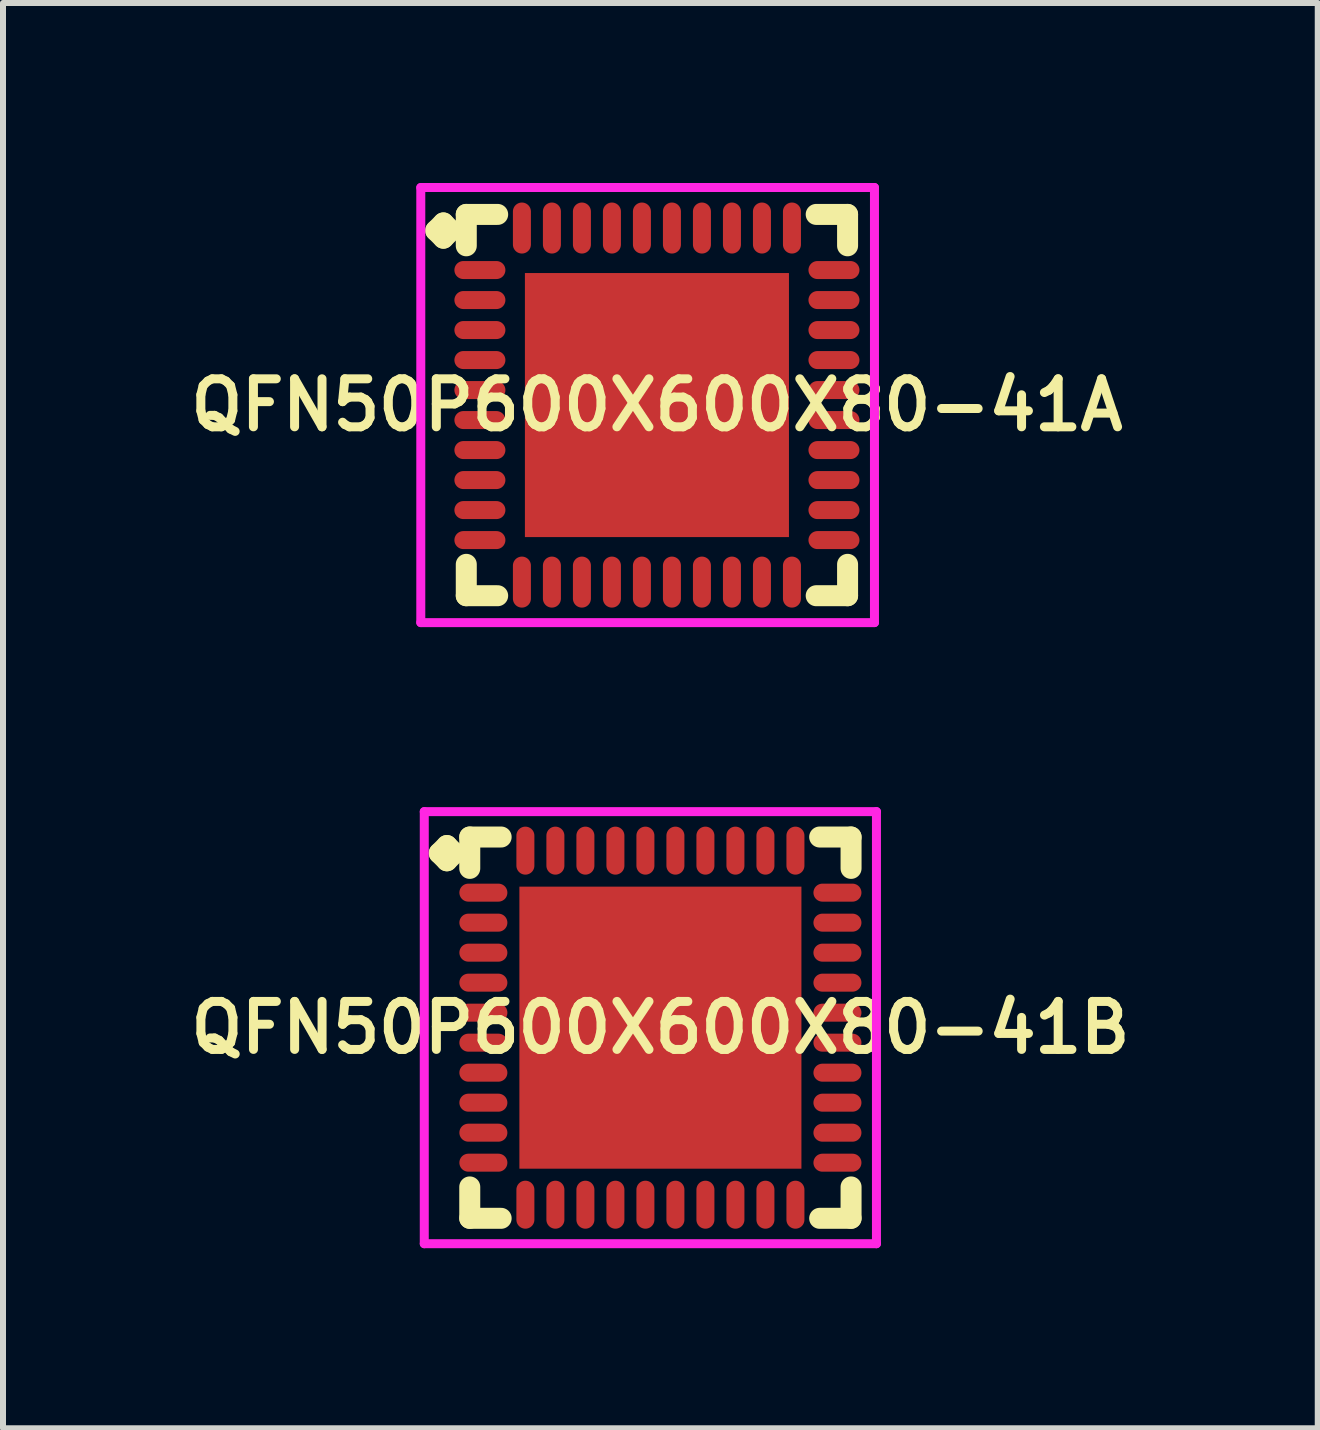
<source format=kicad_pcb>
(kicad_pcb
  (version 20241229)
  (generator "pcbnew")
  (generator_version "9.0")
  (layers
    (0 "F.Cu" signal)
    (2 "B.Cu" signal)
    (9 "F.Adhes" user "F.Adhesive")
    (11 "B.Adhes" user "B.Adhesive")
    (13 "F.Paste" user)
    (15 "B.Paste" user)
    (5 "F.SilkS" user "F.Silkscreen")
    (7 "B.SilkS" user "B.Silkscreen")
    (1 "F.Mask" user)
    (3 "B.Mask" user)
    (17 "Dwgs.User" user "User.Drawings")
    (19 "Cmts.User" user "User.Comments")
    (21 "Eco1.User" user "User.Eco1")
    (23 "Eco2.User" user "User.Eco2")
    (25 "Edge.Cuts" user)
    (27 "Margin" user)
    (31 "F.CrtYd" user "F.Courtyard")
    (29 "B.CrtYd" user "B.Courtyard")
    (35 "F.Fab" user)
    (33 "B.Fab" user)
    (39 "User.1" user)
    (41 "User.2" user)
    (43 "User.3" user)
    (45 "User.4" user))
  (footprint "QFN50P600X600X80-41B"
    (layer "F.Cu")
    (at 7.955 14.075)
    (property "Reference" "QFN50P600X600X80-41B" (at 0 0 0) (layer "F.SilkS") (effects (font (size 0.8 0.8) (thickness 0.15))))
    (attr through_hole)
    (fp_line (start -3.685 -2.908) (end -3.558 -3.035) (stroke (width 0.35) (type solid)) (layer "F.SilkS"))
    (fp_line (start -3.558 -3.035) (end -3.431 -2.908) (stroke (width 0.35) (type solid)) (layer "F.SilkS"))
    (fp_line (start -3.558 -2.781) (end -3.685 -2.908) (stroke (width 0.35) (type solid)) (layer "F.SilkS"))
    (fp_line (start -3.431 -2.908) (end -3.558 -2.781) (stroke (width 0.35) (type solid)) (layer "F.SilkS"))
    (fp_line (start -3.177 -3.177) (end -2.654 -3.177) (stroke (width 0.35) (type solid)) (layer "F.SilkS"))
    (fp_line (start -3.177 -2.654) (end -3.177 -3.177) (stroke (width 0.35) (type solid)) (layer "F.SilkS"))
    (fp_line (start -3.177 2.654) (end -3.177 3.177) (stroke (width 0.35) (type solid)) (layer "F.SilkS"))
    (fp_line (start -3.177 3.177) (end -2.654 3.177) (stroke (width 0.35) (type solid)) (layer "F.SilkS"))
    (fp_line (start 2.654 -3.177) (end 3.177 -3.177) (stroke (width 0.35) (type solid)) (layer "F.SilkS"))
    (fp_line (start 2.654 3.177) (end 3.177 3.177) (stroke (width 0.35) (type solid)) (layer "F.SilkS"))
    (fp_line (start 3.177 -3.177) (end 3.177 -2.654) (stroke (width 0.35) (type solid)) (layer "F.SilkS"))
    (fp_line (start 3.177 3.177) (end 3.177 2.654) (stroke (width 0.35) (type solid)) (layer "F.SilkS"))
    (fp_line (start -3.935 -3.6) (end 3.6 -3.6) (stroke (width 0.15) (type solid)) (layer "F.CrtYd"))
    (fp_line (start -3.935 3.6) (end -3.935 -3.6) (stroke (width 0.15) (type solid)) (layer "F.CrtYd"))
    (fp_line (start 3.6 -3.6) (end 3.6 3.6) (stroke (width 0.15) (type solid)) (layer "F.CrtYd"))
    (fp_line (start 3.6 3.6) (end -3.935 3.6) (stroke (width 0.15) (type solid)) (layer "F.CrtYd"))
    (pad "1" smd oval (at -2.95 -2.25) (size 0.8 0.3) (layers "F.Cu" "F.Mask" "F.Paste"))
    (pad "2" smd oval (at -2.95 -1.75) (size 0.8 0.3) (layers "F.Cu" "F.Mask" "F.Paste"))
    (pad "3" smd oval (at -2.95 -1.25) (size 0.8 0.3) (layers "F.Cu" "F.Mask" "F.Paste"))
    (pad "4" smd oval (at -2.95 -0.75) (size 0.8 0.3) (layers "F.Cu" "F.Mask" "F.Paste"))
    (pad "5" smd oval (at -2.95 -0.25) (size 0.8 0.3) (layers "F.Cu" "F.Mask" "F.Paste"))
    (pad "6" smd oval (at -2.95 0.25) (size 0.8 0.3) (layers "F.Cu" "F.Mask" "F.Paste"))
    (pad "7" smd oval (at -2.95 0.75) (size 0.8 0.3) (layers "F.Cu" "F.Mask" "F.Paste"))
    (pad "8" smd oval (at -2.95 1.25) (size 0.8 0.3) (layers "F.Cu" "F.Mask" "F.Paste"))
    (pad "9" smd oval (at -2.95 1.75) (size 0.8 0.3) (layers "F.Cu" "F.Mask" "F.Paste"))
    (pad "10" smd oval (at -2.95 2.25) (size 0.8 0.3) (layers "F.Cu" "F.Mask" "F.Paste"))
    (pad "11" smd oval (at -2.25 2.95) (size 0.3 0.8) (layers "F.Cu" "F.Mask" "F.Paste"))
    (pad "12" smd oval (at -1.75 2.95) (size 0.3 0.8) (layers "F.Cu" "F.Mask" "F.Paste"))
    (pad "13" smd oval (at -1.25 2.95) (size 0.3 0.8) (layers "F.Cu" "F.Mask" "F.Paste"))
    (pad "14" smd oval (at -0.75 2.95) (size 0.3 0.8) (layers "F.Cu" "F.Mask" "F.Paste"))
    (pad "15" smd oval (at -0.25 2.95) (size 0.3 0.8) (layers "F.Cu" "F.Mask" "F.Paste"))
    (pad "16" smd oval (at 0.25 2.95) (size 0.3 0.8) (layers "F.Cu" "F.Mask" "F.Paste"))
    (pad "17" smd oval (at 0.75 2.95) (size 0.3 0.8) (layers "F.Cu" "F.Mask" "F.Paste"))
    (pad "18" smd oval (at 1.25 2.95) (size 0.3 0.8) (layers "F.Cu" "F.Mask" "F.Paste"))
    (pad "19" smd oval (at 1.75 2.95) (size 0.3 0.8) (layers "F.Cu" "F.Mask" "F.Paste"))
    (pad "20" smd oval (at 2.25 2.95) (size 0.3 0.8) (layers "F.Cu" "F.Mask" "F.Paste"))
    (pad "21" smd oval (at 2.95 2.25) (size 0.8 0.3) (layers "F.Cu" "F.Mask" "F.Paste"))
    (pad "22" smd oval (at 2.95 1.75) (size 0.8 0.3) (layers "F.Cu" "F.Mask" "F.Paste"))
    (pad "23" smd oval (at 2.95 1.25) (size 0.8 0.3) (layers "F.Cu" "F.Mask" "F.Paste"))
    (pad "24" smd oval (at 2.95 0.75) (size 0.8 0.3) (layers "F.Cu" "F.Mask" "F.Paste"))
    (pad "25" smd oval (at 2.95 0.25) (size 0.8 0.3) (layers "F.Cu" "F.Mask" "F.Paste"))
    (pad "26" smd oval (at 2.95 -0.25) (size 0.8 0.3) (layers "F.Cu" "F.Mask" "F.Paste"))
    (pad "27" smd oval (at 2.95 -0.75) (size 0.8 0.3) (layers "F.Cu" "F.Mask" "F.Paste"))
    (pad "28" smd oval (at 2.95 -1.25) (size 0.8 0.3) (layers "F.Cu" "F.Mask" "F.Paste"))
    (pad "29" smd oval (at 2.95 -1.75) (size 0.8 0.3) (layers "F.Cu" "F.Mask" "F.Paste"))
    (pad "30" smd oval (at 2.95 -2.25) (size 0.8 0.3) (layers "F.Cu" "F.Mask" "F.Paste"))
    (pad "31" smd oval (at 2.25 -2.95) (size 0.3 0.8) (layers "F.Cu" "F.Mask" "F.Paste"))
    (pad "32" smd oval (at 1.75 -2.95) (size 0.3 0.8) (layers "F.Cu" "F.Mask" "F.Paste"))
    (pad "33" smd oval (at 1.25 -2.95) (size 0.3 0.8) (layers "F.Cu" "F.Mask" "F.Paste"))
    (pad "34" smd oval (at 0.75 -2.95) (size 0.3 0.8) (layers "F.Cu" "F.Mask" "F.Paste"))
    (pad "35" smd oval (at 0.25 -2.95) (size 0.3 0.8) (layers "F.Cu" "F.Mask" "F.Paste"))
    (pad "36" smd oval (at -0.25 -2.95) (size 0.3 0.8) (layers "F.Cu" "F.Mask" "F.Paste"))
    (pad "37" smd oval (at -0.75 -2.95) (size 0.3 0.8) (layers "F.Cu" "F.Mask" "F.Paste"))
    (pad "38" smd oval (at -1.25 -2.95) (size 0.3 0.8) (layers "F.Cu" "F.Mask" "F.Paste"))
    (pad "39" smd oval (at -1.75 -2.95) (size 0.3 0.8) (layers "F.Cu" "F.Mask" "F.Paste"))
    (pad "40" smd oval (at -2.25 -2.95) (size 0.3 0.8) (layers "F.Cu" "F.Mask" "F.Paste"))
    (pad "41" smd rect (at 0 0) (size 4.7 4.7) (layers "F.Cu" "F.Mask" "F.Paste")))
  (footprint "QFN50P600X600X80-41A"
    (layer "F.Cu")
    (at 7.897 3.7)
    (property "Reference" "QFN50P600X600X80-41A" (at 0 0 0) (layer "F.SilkS") (effects (font (size 0.8 0.8) (thickness 0.15))))
    (attr smd)
    (fp_line (start -3.685 -2.908) (end -3.558 -3.035) (stroke (width 0.35) (type solid)) (layer "F.SilkS"))
    (fp_line (start -3.558 -3.035) (end -3.431 -2.908) (stroke (width 0.35) (type solid)) (layer "F.SilkS"))
    (fp_line (start -3.558 -2.781) (end -3.685 -2.908) (stroke (width 0.35) (type solid)) (layer "F.SilkS"))
    (fp_line (start -3.431 -2.908) (end -3.558 -2.781) (stroke (width 0.35) (type solid)) (layer "F.SilkS"))
    (fp_line (start -3.177 -3.177) (end -2.654 -3.177) (stroke (width 0.35) (type solid)) (layer "F.SilkS"))
    (fp_line (start -3.177 -2.654) (end -3.177 -3.177) (stroke (width 0.35) (type solid)) (layer "F.SilkS"))
    (fp_line (start -3.177 2.654) (end -3.177 3.177) (stroke (width 0.35) (type solid)) (layer "F.SilkS"))
    (fp_line (start -3.177 3.177) (end -2.654 3.177) (stroke (width 0.35) (type solid)) (layer "F.SilkS"))
    (fp_line (start 2.654 -3.177) (end 3.177 -3.177) (stroke (width 0.35) (type solid)) (layer "F.SilkS"))
    (fp_line (start 2.654 3.177) (end 3.177 3.177) (stroke (width 0.35) (type solid)) (layer "F.SilkS"))
    (fp_line (start 3.177 -3.177) (end 3.177 -2.654) (stroke (width 0.35) (type solid)) (layer "F.SilkS"))
    (fp_line (start 3.177 3.177) (end 3.177 2.654) (stroke (width 0.35) (type solid)) (layer "F.SilkS"))
    (fp_line (start -3.935 -3.625) (end 3.625 -3.625) (stroke (width 0.15) (type solid)) (layer "F.CrtYd"))
    (fp_line (start -3.935 3.625) (end -3.935 -3.625) (stroke (width 0.15) (type solid)) (layer "F.CrtYd"))
    (fp_line (start 3.625 -3.625) (end 3.625 3.625) (stroke (width 0.15) (type solid)) (layer "F.CrtYd"))
    (fp_line (start 3.625 3.625) (end -3.935 3.625) (stroke (width 0.15) (type solid)) (layer "F.CrtYd"))
    (pad "1" smd oval (at -2.95 -2.25) (size 0.85 0.3) (layers "F.Cu" "F.Mask" "F.Paste"))
    (pad "2" smd oval (at -2.95 -1.75) (size 0.85 0.3) (layers "F.Cu" "F.Mask" "F.Paste"))
    (pad "3" smd oval (at -2.95 -1.25) (size 0.85 0.3) (layers "F.Cu" "F.Mask" "F.Paste"))
    (pad "4" smd oval (at -2.95 -0.75) (size 0.85 0.3) (layers "F.Cu" "F.Mask" "F.Paste"))
    (pad "5" smd oval (at -2.95 -0.25) (size 0.85 0.3) (layers "F.Cu" "F.Mask" "F.Paste"))
    (pad "6" smd oval (at -2.95 0.25) (size 0.85 0.3) (layers "F.Cu" "F.Mask" "F.Paste"))
    (pad "7" smd oval (at -2.95 0.75) (size 0.85 0.3) (layers "F.Cu" "F.Mask" "F.Paste"))
    (pad "8" smd oval (at -2.95 1.25) (size 0.85 0.3) (layers "F.Cu" "F.Mask" "F.Paste"))
    (pad "9" smd oval (at -2.95 1.75) (size 0.85 0.3) (layers "F.Cu" "F.Mask" "F.Paste"))
    (pad "10" smd oval (at -2.95 2.25) (size 0.85 0.3) (layers "F.Cu" "F.Mask" "F.Paste"))
    (pad "11" smd oval (at -2.25 2.95) (size 0.3 0.85) (layers "F.Cu" "F.Mask" "F.Paste"))
    (pad "12" smd oval (at -1.75 2.95) (size 0.3 0.85) (layers "F.Cu" "F.Mask" "F.Paste"))
    (pad "13" smd oval (at -1.25 2.95) (size 0.3 0.85) (layers "F.Cu" "F.Mask" "F.Paste"))
    (pad "14" smd oval (at -0.75 2.95) (size 0.3 0.85) (layers "F.Cu" "F.Mask" "F.Paste"))
    (pad "15" smd oval (at -0.25 2.95) (size 0.3 0.85) (layers "F.Cu" "F.Mask" "F.Paste"))
    (pad "16" smd oval (at 0.25 2.95) (size 0.3 0.85) (layers "F.Cu" "F.Mask" "F.Paste"))
    (pad "17" smd oval (at 0.75 2.95) (size 0.3 0.85) (layers "F.Cu" "F.Mask" "F.Paste"))
    (pad "18" smd oval (at 1.25 2.95) (size 0.3 0.85) (layers "F.Cu" "F.Mask" "F.Paste"))
    (pad "19" smd oval (at 1.75 2.95) (size 0.3 0.85) (layers "F.Cu" "F.Mask" "F.Paste"))
    (pad "20" smd oval (at 2.25 2.95) (size 0.3 0.85) (layers "F.Cu" "F.Mask" "F.Paste"))
    (pad "21" smd oval (at 2.95 2.25) (size 0.85 0.3) (layers "F.Cu" "F.Mask" "F.Paste"))
    (pad "22" smd oval (at 2.95 1.75) (size 0.85 0.3) (layers "F.Cu" "F.Mask" "F.Paste"))
    (pad "23" smd oval (at 2.95 1.25) (size 0.85 0.3) (layers "F.Cu" "F.Mask" "F.Paste"))
    (pad "24" smd oval (at 2.95 0.75) (size 0.85 0.3) (layers "F.Cu" "F.Mask" "F.Paste"))
    (pad "25" smd oval (at 2.95 0.25) (size 0.85 0.3) (layers "F.Cu" "F.Mask" "F.Paste"))
    (pad "26" smd oval (at 2.95 -0.25) (size 0.85 0.3) (layers "F.Cu" "F.Mask" "F.Paste"))
    (pad "27" smd oval (at 2.95 -0.75) (size 0.85 0.3) (layers "F.Cu" "F.Mask" "F.Paste"))
    (pad "28" smd oval (at 2.95 -1.25) (size 0.85 0.3) (layers "F.Cu" "F.Mask" "F.Paste"))
    (pad "29" smd oval (at 2.95 -1.75) (size 0.85 0.3) (layers "F.Cu" "F.Mask" "F.Paste"))
    (pad "30" smd oval (at 2.95 -2.25) (size 0.85 0.3) (layers "F.Cu" "F.Mask" "F.Paste"))
    (pad "31" smd oval (at 2.25 -2.95) (size 0.3 0.85) (layers "F.Cu" "F.Mask" "F.Paste"))
    (pad "32" smd oval (at 1.75 -2.95) (size 0.3 0.85) (layers "F.Cu" "F.Mask" "F.Paste"))
    (pad "33" smd oval (at 1.25 -2.95) (size 0.3 0.85) (layers "F.Cu" "F.Mask" "F.Paste"))
    (pad "34" smd oval (at 0.75 -2.95) (size 0.3 0.85) (layers "F.Cu" "F.Mask" "F.Paste"))
    (pad "35" smd oval (at 0.25 -2.95) (size 0.3 0.85) (layers "F.Cu" "F.Mask" "F.Paste"))
    (pad "36" smd oval (at -0.25 -2.95) (size 0.3 0.85) (layers "F.Cu" "F.Mask" "F.Paste"))
    (pad "37" smd oval (at -0.75 -2.95) (size 0.3 0.85) (layers "F.Cu" "F.Mask" "F.Paste"))
    (pad "38" smd oval (at -1.25 -2.95) (size 0.3 0.85) (layers "F.Cu" "F.Mask" "F.Paste"))
    (pad "39" smd oval (at -1.75 -2.95) (size 0.3 0.85) (layers "F.Cu" "F.Mask" "F.Paste"))
    (pad "40" smd oval (at -2.25 -2.95) (size 0.3 0.85) (layers "F.Cu" "F.Mask" "F.Paste"))
    (pad "41" smd rect (at 0 0) (size 4.4 4.4) (layers "F.Cu" "F.Mask" "F.Paste")))
  (gr_rect
    (start -3 -3)
    (end 18.909 20.75)
    (stroke (width 0.1) (type default))
    (fill no)
    (layer "Edge.Cuts")))
</source>
